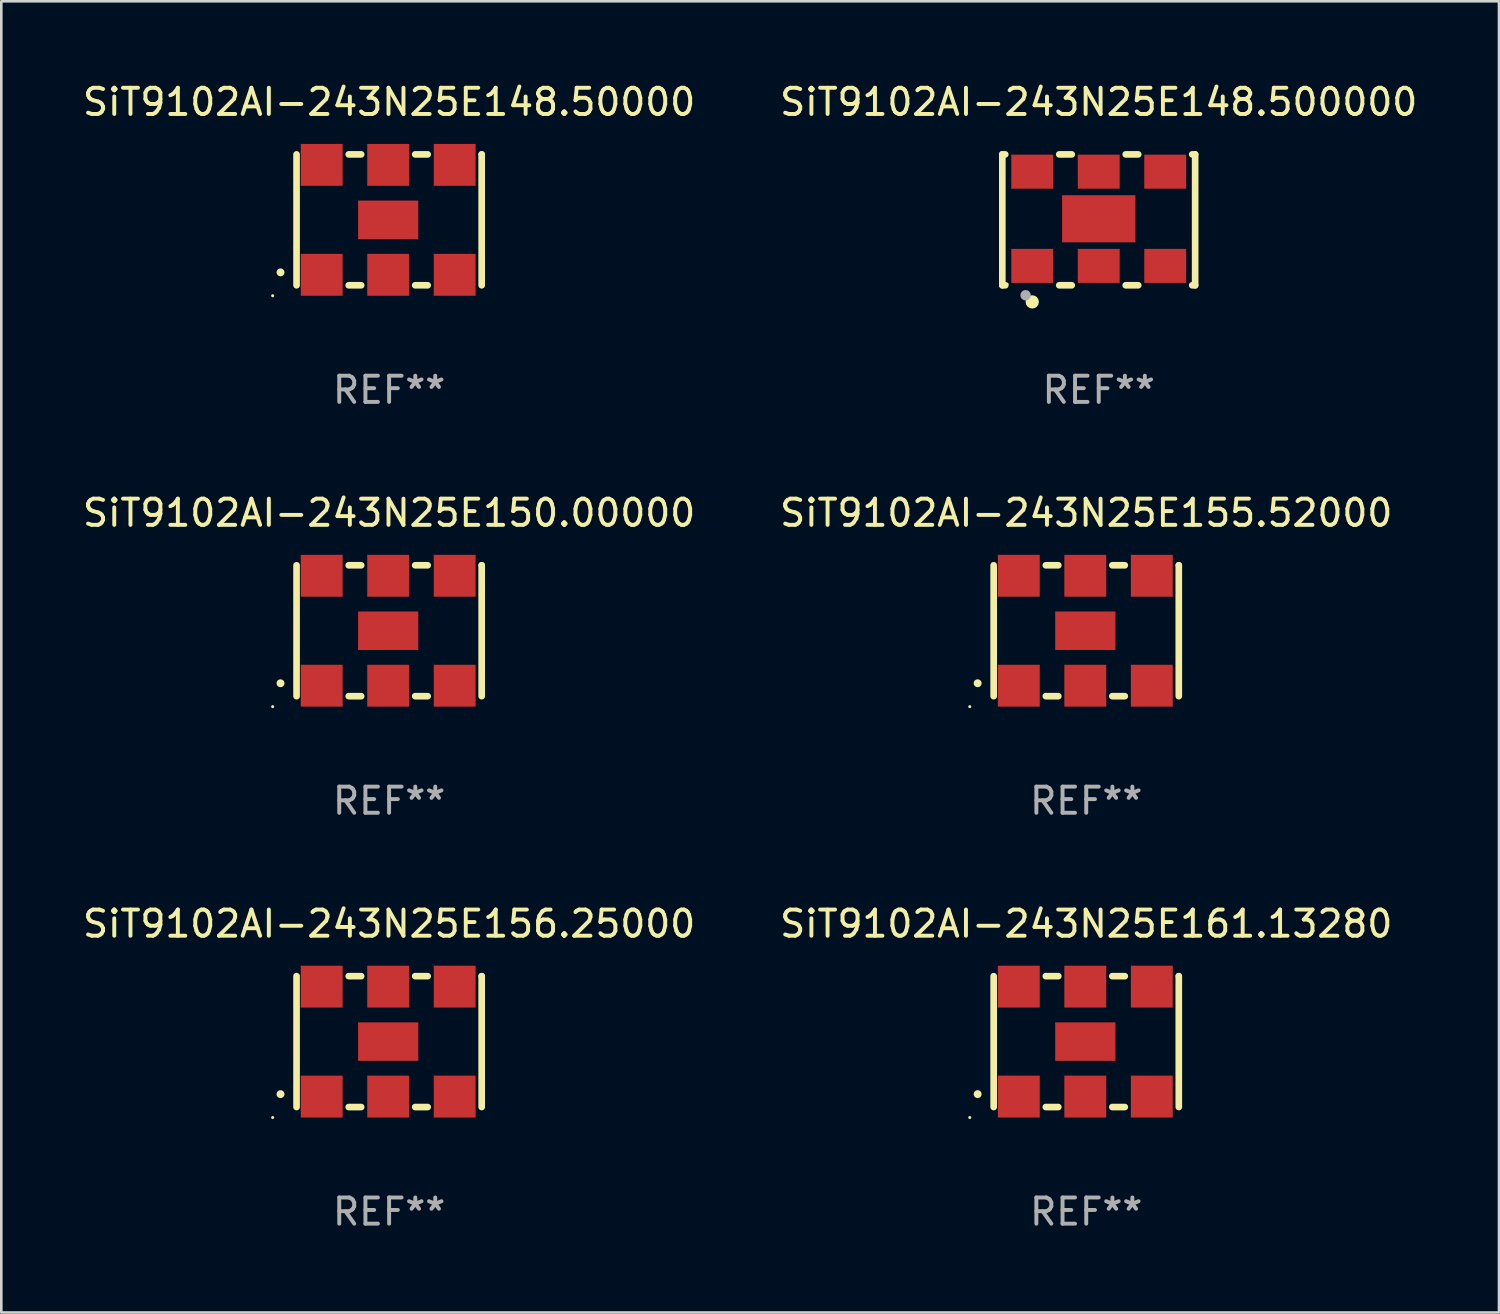
<source format=kicad_pcb>
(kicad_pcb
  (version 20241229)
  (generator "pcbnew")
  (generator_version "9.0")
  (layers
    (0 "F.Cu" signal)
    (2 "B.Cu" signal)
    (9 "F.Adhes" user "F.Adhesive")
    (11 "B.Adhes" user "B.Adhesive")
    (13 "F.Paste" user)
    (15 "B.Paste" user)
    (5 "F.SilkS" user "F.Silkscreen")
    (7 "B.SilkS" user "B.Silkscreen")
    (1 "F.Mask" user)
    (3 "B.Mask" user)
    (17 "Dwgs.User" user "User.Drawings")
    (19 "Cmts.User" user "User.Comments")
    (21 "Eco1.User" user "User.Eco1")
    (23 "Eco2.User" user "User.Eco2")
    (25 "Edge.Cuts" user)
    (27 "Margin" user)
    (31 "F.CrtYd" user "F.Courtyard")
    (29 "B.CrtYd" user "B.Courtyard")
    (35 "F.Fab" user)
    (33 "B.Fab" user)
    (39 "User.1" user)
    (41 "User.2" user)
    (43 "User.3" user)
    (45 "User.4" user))
  (footprint "SiT9102AI-243N25E155.52000"
    (layer "F.Cu")
    (at 38.446 21.045)
    (property "Reference" "SiT9102AI-243N25E155.52000" (at 0 -4.5 0) (layer "F.SilkS") (effects (font (size 1 1) (thickness 0.15))))
    (attr through_hole)
    (fp_line (start -3.536 -2.5) (end -3.536 2.5) (stroke (width 0.254) (type solid)) (layer "F.SilkS"))
    (fp_line (start -1.544 2.5) (end -1.067 2.5) (stroke (width 0.254) (type solid)) (layer "F.SilkS"))
    (fp_line (start -1.067 -2.5) (end -1.544 -2.5) (stroke (width 0.254) (type solid)) (layer "F.SilkS"))
    (fp_line (start 0.996 2.5) (end 1.473 2.5) (stroke (width 0.254) (type solid)) (layer "F.SilkS"))
    (fp_line (start 1.473 -2.5) (end 0.996 -2.5) (stroke (width 0.254) (type solid)) (layer "F.SilkS"))
    (fp_line (start 3.536 -2.5) (end 3.536 -2.5) (stroke (width 0.254) (type solid)) (layer "F.SilkS"))
    (fp_line (start 3.536 2.5) (end 3.536 -2.5) (stroke (width 0.254) (type solid)) (layer "F.SilkS"))
    (fp_arc (start -4.150432 2.006604) (mid -4.149162 2.006599) (end -4.147892 2.006604) (stroke (width 0.3) (type solid)) (layer "F.SilkS"))
    (fp_circle (center -4.449 2.9) (end -4.419 2.9) (stroke (width 0.06) (type solid)) (fill no) (layer "F.SilkS"))
    (fp_text user "REF**" (at 0 6.5 0) (layer "F.Fab") (effects (font (size 1 1) (thickness 0.15))))
    (pad "1" smd rect (at -2.576 2.1) (size 1.6 1.6) (layers "F.Cu" "F.Mask" "F.Paste"))
    (pad "2" smd rect (at -0.036 2.1) (size 1.6 1.6) (layers "F.Cu" "F.Mask" "F.Paste"))
    (pad "3" smd rect (at 2.504 2.1) (size 1.6 1.6) (layers "F.Cu" "F.Mask" "F.Paste"))
    (pad "4" smd rect (at 2.504 -2.1) (size 1.6 1.6) (layers "F.Cu" "F.Mask" "F.Paste"))
    (pad "5" smd rect (at -0.036 -2.1) (size 1.6 1.6) (layers "F.Cu" "F.Mask" "F.Paste"))
    (pad "6" smd rect (at -2.576 -2.1) (size 1.6 1.6) (layers "F.Cu" "F.Mask" "F.Paste"))
    (pad "7" smd rect (at -0.036 0) (size 2.3 1.47) (layers "F.Cu" "F.Mask" "F.Paste")))
  (footprint "SiT9102AI-243N25E150.00000"
    (layer "F.Cu")
    (at 11.815 21.045)
    (property "Reference" "SiT9102AI-243N25E150.00000" (at 0 -4.5 0) (layer "F.SilkS") (effects (font (size 1 1) (thickness 0.15))))
    (attr through_hole)
    (fp_line (start -3.536 -2.5) (end -3.536 2.5) (stroke (width 0.254) (type solid)) (layer "F.SilkS"))
    (fp_line (start -1.544 2.5) (end -1.067 2.5) (stroke (width 0.254) (type solid)) (layer "F.SilkS"))
    (fp_line (start -1.067 -2.5) (end -1.544 -2.5) (stroke (width 0.254) (type solid)) (layer "F.SilkS"))
    (fp_line (start 0.996 2.5) (end 1.473 2.5) (stroke (width 0.254) (type solid)) (layer "F.SilkS"))
    (fp_line (start 1.473 -2.5) (end 0.996 -2.5) (stroke (width 0.254) (type solid)) (layer "F.SilkS"))
    (fp_line (start 3.536 -2.5) (end 3.536 -2.5) (stroke (width 0.254) (type solid)) (layer "F.SilkS"))
    (fp_line (start 3.536 2.5) (end 3.536 -2.5) (stroke (width 0.254) (type solid)) (layer "F.SilkS"))
    (fp_arc (start -4.150432 2.006604) (mid -4.149162 2.006599) (end -4.147892 2.006604) (stroke (width 0.3) (type solid)) (layer "F.SilkS"))
    (fp_circle (center -4.449 2.9) (end -4.419 2.9) (stroke (width 0.06) (type solid)) (fill no) (layer "F.SilkS"))
    (fp_text user "REF**" (at 0 6.5 0) (layer "F.Fab") (effects (font (size 1 1) (thickness 0.15))))
    (pad "1" smd rect (at -2.576 2.1) (size 1.6 1.6) (layers "F.Cu" "F.Mask" "F.Paste"))
    (pad "2" smd rect (at -0.036 2.1) (size 1.6 1.6) (layers "F.Cu" "F.Mask" "F.Paste"))
    (pad "3" smd rect (at 2.504 2.1) (size 1.6 1.6) (layers "F.Cu" "F.Mask" "F.Paste"))
    (pad "4" smd rect (at 2.504 -2.1) (size 1.6 1.6) (layers "F.Cu" "F.Mask" "F.Paste"))
    (pad "5" smd rect (at -0.036 -2.1) (size 1.6 1.6) (layers "F.Cu" "F.Mask" "F.Paste"))
    (pad "6" smd rect (at -2.576 -2.1) (size 1.6 1.6) (layers "F.Cu" "F.Mask" "F.Paste"))
    (pad "7" smd rect (at -0.036 0) (size 2.3 1.47) (layers "F.Cu" "F.Mask" "F.Paste")))
  (footprint "SiT9102AI-243N25E148.50000"
    (layer "F.Cu")
    (at 11.815 5.348)
    (property "Reference" "SiT9102AI-243N25E148.50000" (at 0 -4.5 0) (layer "F.SilkS") (effects (font (size 1 1) (thickness 0.15))))
    (attr through_hole)
    (fp_line (start -3.536 -2.5) (end -3.536 2.5) (stroke (width 0.254) (type solid)) (layer "F.SilkS"))
    (fp_line (start -1.544 2.5) (end -1.067 2.5) (stroke (width 0.254) (type solid)) (layer "F.SilkS"))
    (fp_line (start -1.067 -2.5) (end -1.544 -2.5) (stroke (width 0.254) (type solid)) (layer "F.SilkS"))
    (fp_line (start 0.996 2.5) (end 1.473 2.5) (stroke (width 0.254) (type solid)) (layer "F.SilkS"))
    (fp_line (start 1.473 -2.5) (end 0.996 -2.5) (stroke (width 0.254) (type solid)) (layer "F.SilkS"))
    (fp_line (start 3.536 -2.5) (end 3.536 -2.5) (stroke (width 0.254) (type solid)) (layer "F.SilkS"))
    (fp_line (start 3.536 2.5) (end 3.536 -2.5) (stroke (width 0.254) (type solid)) (layer "F.SilkS"))
    (fp_arc (start -4.150432 2.006604) (mid -4.149162 2.006599) (end -4.147892 2.006604) (stroke (width 0.3) (type solid)) (layer "F.SilkS"))
    (fp_circle (center -4.449 2.9) (end -4.419 2.9) (stroke (width 0.06) (type solid)) (fill no) (layer "F.SilkS"))
    (fp_text user "REF**" (at 0 6.5 0) (layer "F.Fab") (effects (font (size 1 1) (thickness 0.15))))
    (pad "1" smd rect (at -2.576 2.1) (size 1.6 1.6) (layers "F.Cu" "F.Mask" "F.Paste"))
    (pad "2" smd rect (at -0.036 2.1) (size 1.6 1.6) (layers "F.Cu" "F.Mask" "F.Paste"))
    (pad "3" smd rect (at 2.504 2.1) (size 1.6 1.6) (layers "F.Cu" "F.Mask" "F.Paste"))
    (pad "4" smd rect (at 2.504 -2.1) (size 1.6 1.6) (layers "F.Cu" "F.Mask" "F.Paste"))
    (pad "5" smd rect (at -0.036 -2.1) (size 1.6 1.6) (layers "F.Cu" "F.Mask" "F.Paste"))
    (pad "6" smd rect (at -2.576 -2.1) (size 1.6 1.6) (layers "F.Cu" "F.Mask" "F.Paste"))
    (pad "7" smd rect (at -0.036 0) (size 2.3 1.47) (layers "F.Cu" "F.Mask" "F.Paste")))
  (footprint "SiT9102AI-243N25E156.25000"
    (layer "F.Cu")
    (at 11.815 36.741)
    (property "Reference" "SiT9102AI-243N25E156.25000" (at 0 -4.5 0) (layer "F.SilkS") (effects (font (size 1 1) (thickness 0.15))))
    (attr through_hole)
    (fp_line (start -3.536 -2.5) (end -3.536 2.5) (stroke (width 0.254) (type solid)) (layer "F.SilkS"))
    (fp_line (start -1.544 2.5) (end -1.067 2.5) (stroke (width 0.254) (type solid)) (layer "F.SilkS"))
    (fp_line (start -1.067 -2.5) (end -1.544 -2.5) (stroke (width 0.254) (type solid)) (layer "F.SilkS"))
    (fp_line (start 0.996 2.5) (end 1.473 2.5) (stroke (width 0.254) (type solid)) (layer "F.SilkS"))
    (fp_line (start 1.473 -2.5) (end 0.996 -2.5) (stroke (width 0.254) (type solid)) (layer "F.SilkS"))
    (fp_line (start 3.536 -2.5) (end 3.536 -2.5) (stroke (width 0.254) (type solid)) (layer "F.SilkS"))
    (fp_line (start 3.536 2.5) (end 3.536 -2.5) (stroke (width 0.254) (type solid)) (layer "F.SilkS"))
    (fp_arc (start -4.150432 2.006604) (mid -4.149162 2.006599) (end -4.147892 2.006604) (stroke (width 0.3) (type solid)) (layer "F.SilkS"))
    (fp_circle (center -4.449 2.9) (end -4.419 2.9) (stroke (width 0.06) (type solid)) (fill no) (layer "F.SilkS"))
    (fp_text user "REF**" (at 0 6.5 0) (layer "F.Fab") (effects (font (size 1 1) (thickness 0.15))))
    (pad "1" smd rect (at -2.576 2.1) (size 1.6 1.6) (layers "F.Cu" "F.Mask" "F.Paste"))
    (pad "2" smd rect (at -0.036 2.1) (size 1.6 1.6) (layers "F.Cu" "F.Mask" "F.Paste"))
    (pad "3" smd rect (at 2.504 2.1) (size 1.6 1.6) (layers "F.Cu" "F.Mask" "F.Paste"))
    (pad "4" smd rect (at 2.504 -2.1) (size 1.6 1.6) (layers "F.Cu" "F.Mask" "F.Paste"))
    (pad "5" smd rect (at -0.036 -2.1) (size 1.6 1.6) (layers "F.Cu" "F.Mask" "F.Paste"))
    (pad "6" smd rect (at -2.576 -2.1) (size 1.6 1.6) (layers "F.Cu" "F.Mask" "F.Paste"))
    (pad "7" smd rect (at -0.036 0) (size 2.3 1.47) (layers "F.Cu" "F.Mask" "F.Paste")))
  (footprint "SiT9102AI-243N25E148.500000"
    (layer "F.Cu")
    (at 38.923 5.348)
    (property "Reference" "SiT9102AI-243N25E148.500000" (at 0 -4.5 0) (layer "F.SilkS") (effects (font (size 1 1) (thickness 0.15))))
    (attr through_hole)
    (fp_line (start -3.683 -2.5) (end -3.571 -2.5) (stroke (width 0.254) (type solid)) (layer "F.SilkS"))
    (fp_line (start -3.683 2.5) (end -3.683 -2.5) (stroke (width 0.254) (type solid)) (layer "F.SilkS"))
    (fp_line (start -3.683 2.5) (end -3.571 2.5) (stroke (width 0.254) (type solid)) (layer "F.SilkS"))
    (fp_line (start -1.509 -2.5) (end -1.031 -2.5) (stroke (width 0.254) (type solid)) (layer "F.SilkS"))
    (fp_line (start -1.509 2.5) (end -1.031 2.5) (stroke (width 0.254) (type solid)) (layer "F.SilkS"))
    (fp_line (start 1.031 -2.5) (end 1.509 -2.5) (stroke (width 0.254) (type solid)) (layer "F.SilkS"))
    (fp_line (start 1.031 2.5) (end 1.509 2.5) (stroke (width 0.254) (type solid)) (layer "F.SilkS"))
    (fp_line (start 3.571 -2.5) (end 3.683 -2.5) (stroke (width 0.254) (type solid)) (layer "F.SilkS"))
    (fp_line (start 3.571 2.5) (end 3.683 2.5) (stroke (width 0.254) (type solid)) (layer "F.SilkS"))
    (fp_line (start 3.683 2.5) (end 3.683 -2.5) (stroke (width 0.254) (type solid)) (layer "F.SilkS"))
    (fp_circle (center -3.5 2.46) (end -3.47 2.46) (stroke (width 0.06) (type solid)) (fill no) (layer "F.SilkS"))
    (fp_circle (center -2.54 3.135) (end -2.413 3.135) (stroke (width 0.254) (type solid)) (fill no) (layer "F.SilkS"))
    (fp_circle (center -2.794 2.881) (end -2.694 2.881) (stroke (width 0.2) (type solid)) (fill no) (layer "F.Fab"))
    (fp_text user "REF**" (at 0 6.5 0) (layer "F.Fab") (effects (font (size 1 1) (thickness 0.15))))
    (pad "1" smd rect (at -2.54 1.76) (size 1.6 1.3) (layers "F.Cu" "F.Mask" "F.Paste"))
    (pad "2" smd rect (at 0 1.76) (size 1.6 1.3) (layers "F.Cu" "F.Mask" "F.Paste"))
    (pad "3" smd rect (at 2.54 1.76) (size 1.6 1.3) (layers "F.Cu" "F.Mask" "F.Paste"))
    (pad "4" smd rect (at 2.54 -1.84) (size 1.6 1.3) (layers "F.Cu" "F.Mask" "F.Paste"))
    (pad "5" smd rect (at 0 -1.84) (size 1.6 1.3) (layers "F.Cu" "F.Mask" "F.Paste"))
    (pad "6" smd rect (at -2.54 -1.84) (size 1.6 1.3) (layers "F.Cu" "F.Mask" "F.Paste"))
    (pad "7" smd rect (at 0 -0.04) (size 2.8 1.8) (layers "F.Cu" "F.Mask" "F.Paste")))
  (footprint "SiT9102AI-243N25E161.13280"
    (layer "F.Cu")
    (at 38.446 36.741)
    (property "Reference" "SiT9102AI-243N25E161.13280" (at 0 -4.5 0) (layer "F.SilkS") (effects (font (size 1 1) (thickness 0.15))))
    (attr through_hole)
    (fp_line (start -3.536 -2.5) (end -3.536 2.5) (stroke (width 0.254) (type solid)) (layer "F.SilkS"))
    (fp_line (start -1.544 2.5) (end -1.067 2.5) (stroke (width 0.254) (type solid)) (layer "F.SilkS"))
    (fp_line (start -1.067 -2.5) (end -1.544 -2.5) (stroke (width 0.254) (type solid)) (layer "F.SilkS"))
    (fp_line (start 0.996 2.5) (end 1.473 2.5) (stroke (width 0.254) (type solid)) (layer "F.SilkS"))
    (fp_line (start 1.473 -2.5) (end 0.996 -2.5) (stroke (width 0.254) (type solid)) (layer "F.SilkS"))
    (fp_line (start 3.536 -2.5) (end 3.536 -2.5) (stroke (width 0.254) (type solid)) (layer "F.SilkS"))
    (fp_line (start 3.536 2.5) (end 3.536 -2.5) (stroke (width 0.254) (type solid)) (layer "F.SilkS"))
    (fp_arc (start -4.150432 2.006604) (mid -4.149162 2.006599) (end -4.147892 2.006604) (stroke (width 0.3) (type solid)) (layer "F.SilkS"))
    (fp_circle (center -4.449 2.9) (end -4.419 2.9) (stroke (width 0.06) (type solid)) (fill no) (layer "F.SilkS"))
    (fp_text user "REF**" (at 0 6.5 0) (layer "F.Fab") (effects (font (size 1 1) (thickness 0.15))))
    (pad "1" smd rect (at -2.576 2.1) (size 1.6 1.6) (layers "F.Cu" "F.Mask" "F.Paste"))
    (pad "2" smd rect (at -0.036 2.1) (size 1.6 1.6) (layers "F.Cu" "F.Mask" "F.Paste"))
    (pad "3" smd rect (at 2.504 2.1) (size 1.6 1.6) (layers "F.Cu" "F.Mask" "F.Paste"))
    (pad "4" smd rect (at 2.504 -2.1) (size 1.6 1.6) (layers "F.Cu" "F.Mask" "F.Paste"))
    (pad "5" smd rect (at -0.036 -2.1) (size 1.6 1.6) (layers "F.Cu" "F.Mask" "F.Paste"))
    (pad "6" smd rect (at -2.576 -2.1) (size 1.6 1.6) (layers "F.Cu" "F.Mask" "F.Paste"))
    (pad "7" smd rect (at -0.036 0) (size 2.3 1.47) (layers "F.Cu" "F.Mask" "F.Paste")))
  (gr_rect
    (start -3 -3)
    (end 54.214 47.09)
    (stroke (width 0.1) (type default))
    (fill no)
    (layer "Edge.Cuts")))
</source>
